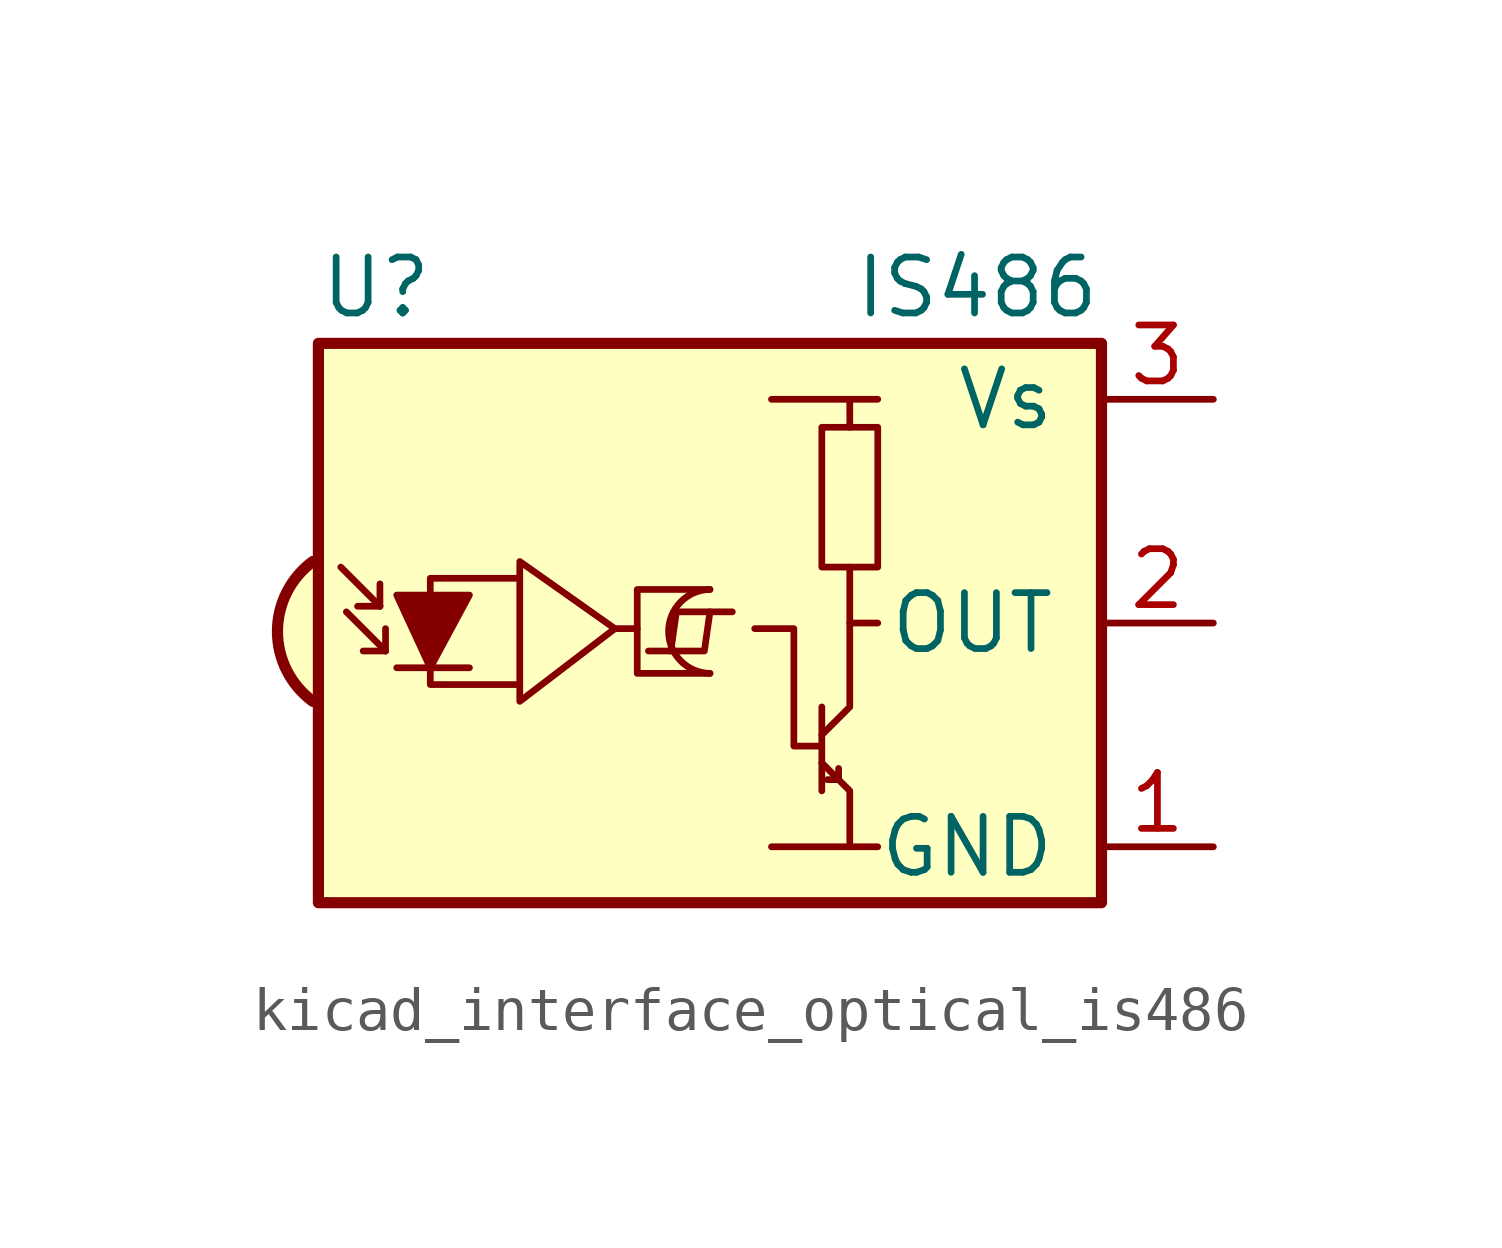
<source format=kicad_sym>
(kicad_symbol_lib
  (version 20220914)
  (generator kicad_symbol_editor)
  (symbol "kicad_interface_optical_is486"
    (pin_names
      (offset 1.016))
    (property "Reference" "U"
      (at -10.16 7.62 0)
      (effects (font (size 1.27 1.27)) (justify left)))
    (property "Value" "IS486"
      (at 7.62 7.62 0)
      (effects (font (size 1.27 1.27)) (justify right)))
    (symbol "kicad_interface_optical_is486_0_0"
      (arc (start -10.287 1.397) (mid -11.0899 -0.1852) (end -10.287 -1.778) (stroke (width 0.254) (type default)) (fill (type background)))
      (polyline (pts (xy 1.905 -5.08) (xy 0.127 -5.08)) (stroke (width 0) (type default)) (fill (type none)))
      (polyline (pts (xy 1.905 5.08) (xy 0.127 5.08)) (stroke (width 0) (type default)) (fill (type none))))
    (symbol "kicad_interface_optical_is486_0_1"
      (arc (start -1.27 0.762) (mid -2.2099 -0.1905) (end -1.27 -1.143) (stroke (width 0) (type default)) (fill (type none)))
      (polyline (pts (xy -8.763 0.381) (xy -9.652 1.27)) (stroke (width 0) (type default)) (fill (type none)))
      (polyline (pts (xy -8.763 0.381) (xy -9.271 0.381)) (stroke (width 0) (type default)) (fill (type none)))
      (polyline (pts (xy -8.763 0.381) (xy -8.763 0.889)) (stroke (width 0) (type default)) (fill (type none)))
      (polyline (pts (xy -8.636 -0.635) (xy -9.525 0.254)) (stroke (width 0) (type default)) (fill (type none)))
      (polyline (pts (xy -8.636 -0.635) (xy -9.144 -0.635)) (stroke (width 0) (type default)) (fill (type none)))
      (polyline (pts (xy -8.636 -0.635) (xy -8.636 -0.127)) (stroke (width 0) (type default)) (fill (type none)))
      (polyline (pts (xy -8.382 -1.016) (xy -6.731 -1.016)) (stroke (width 0) (type default)) (fill (type none)))
      (polyline (pts (xy -3.429 -0.127) (xy -2.921 -0.127)) (stroke (width 0) (type default)) (fill (type none)))
      (polyline (pts (xy 1.27 -1.905) (xy 1.27 -3.81)) (stroke (width 0) (type default)) (fill (type none)))
      (polyline (pts (xy 1.397 -3.556) (xy 1.524 -3.556)) (stroke (width 0) (type default)) (fill (type none)))
      (polyline (pts (xy 1.651 -3.556) (xy 1.524 -3.556)) (stroke (width 0) (type default)) (fill (type none)))
      (polyline (pts (xy 1.651 -3.556) (xy 1.651 -3.302)) (stroke (width 0) (type default)) (fill (type none)))
      (polyline (pts (xy 1.905 0) (xy 1.905 1.27)) (stroke (width 0) (type default)) (fill (type none)))
      (polyline (pts (xy -2.667 -0.635) (xy -1.397 -0.635) (xy -1.27 0.254)) (stroke (width 0) (type default)) (fill (type none)))
      (polyline (pts (xy -0.762 0.254) (xy -2.032 0.254) (xy -2.159 -0.635)) (stroke (width 0) (type default)) (fill (type none)))
      (polyline (pts (xy 1.905 4.445) (xy 1.905 5.08) (xy 2.54 5.08)) (stroke (width 0) (type default)) (fill (type none)))
      (polyline (pts (xy -8.382 0.635) (xy -6.731 0.635) (xy -7.62 -1.016) (xy -8.382 0.635)) (stroke (width 0) (type default)) (fill (type outline)))
      (polyline (pts (xy -5.588 -1.397) (xy -7.62 -1.397) (xy -7.62 1.016) (xy -5.588 1.016)) (stroke (width 0) (type default)) (fill (type none)))
      (polyline (pts (xy -3.429 -0.127) (xy -5.588 1.397) (xy -5.588 -1.778) (xy -3.429 -0.127)) (stroke (width 0) (type default)) (fill (type none)))
      (polyline (pts (xy -1.27 0.762) (xy -2.921 0.762) (xy -2.921 -1.143) (xy -1.27 -1.143)) (stroke (width 0) (type default)) (fill (type none)))
      (polyline (pts (xy 1.27 -3.175) (xy 1.905 -3.81) (xy 1.905 -5.08) (xy 2.54 -5.08)) (stroke (width 0) (type default)) (fill (type none)))
      (polyline (pts (xy 1.27 -2.794) (xy 0.635 -2.794) (xy 0.635 -0.127) (xy -0.254 -0.127)) (stroke (width 0) (type default)) (fill (type none)))
      (polyline (pts (xy 1.27 -2.54) (xy 1.905 -1.905) (xy 1.905 0) (xy 2.54 0)) (stroke (width 0) (type default)) (fill (type none)))
      (rectangle (start 2.54 1.27) (end 1.27 4.445) (stroke (width 0) (type default)) (fill (type none)))
      (rectangle (start 7.62 6.35) (end -10.16 -6.35) (stroke (width 0.254) (type default)) (fill (type background))))
    (symbol "kicad_interface_optical_is486_1_1"
      (pin power_in line (at 10.16 -5.08 180) (length 2.54) (name "GND" (effects (font (size 1.27 1.27)))) (number "1" (effects (font (size 1.27 1.27)))))
      (pin output line (at 10.16 0 180) (length 2.54) (name "OUT" (effects (font (size 1.27 1.27)))) (number "2" (effects (font (size 1.27 1.27)))))
      (pin power_in line (at 10.16 5.08 180) (length 2.54) (name "Vs" (effects (font (size 1.27 1.27)))) (number "3" (effects (font (size 1.27 1.27))))))))
</source>
